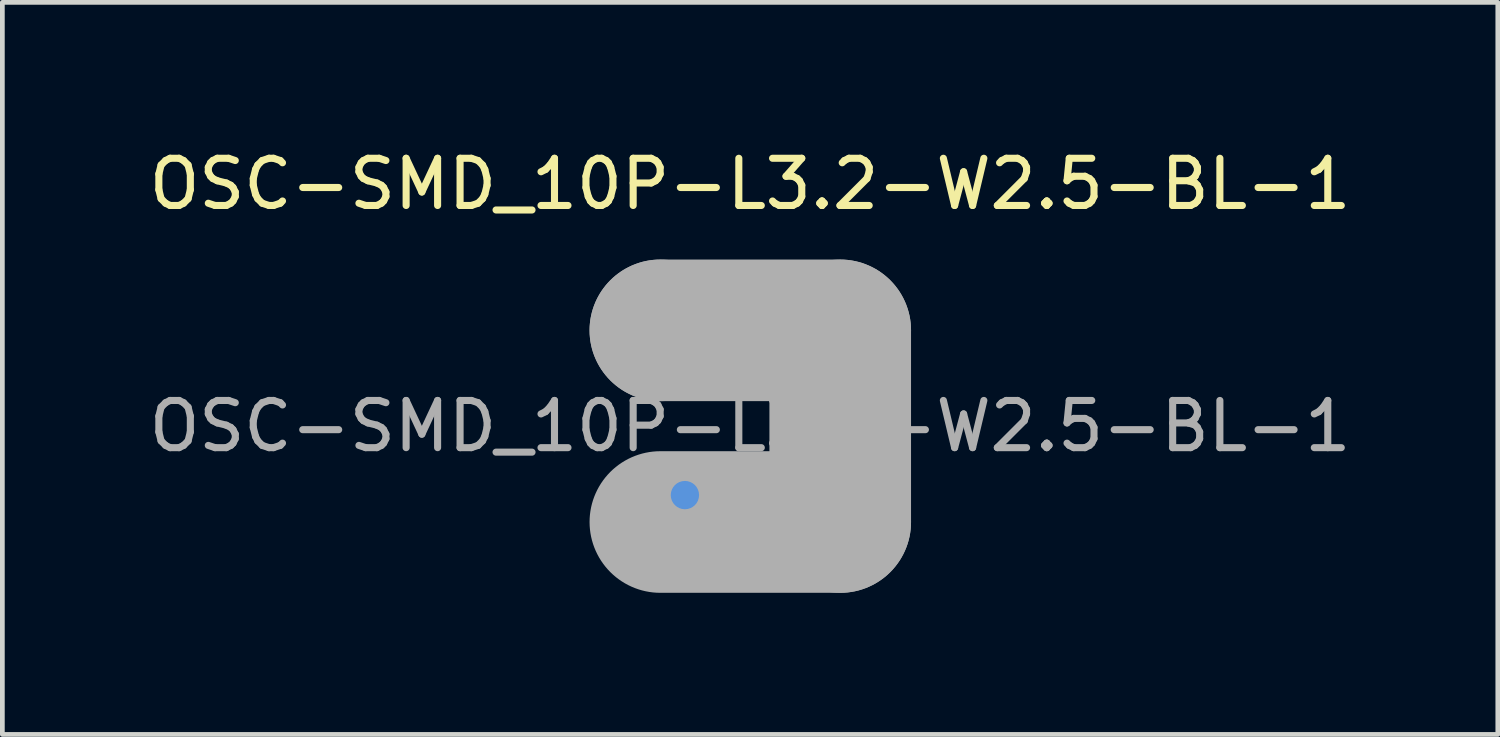
<source format=kicad_pcb>
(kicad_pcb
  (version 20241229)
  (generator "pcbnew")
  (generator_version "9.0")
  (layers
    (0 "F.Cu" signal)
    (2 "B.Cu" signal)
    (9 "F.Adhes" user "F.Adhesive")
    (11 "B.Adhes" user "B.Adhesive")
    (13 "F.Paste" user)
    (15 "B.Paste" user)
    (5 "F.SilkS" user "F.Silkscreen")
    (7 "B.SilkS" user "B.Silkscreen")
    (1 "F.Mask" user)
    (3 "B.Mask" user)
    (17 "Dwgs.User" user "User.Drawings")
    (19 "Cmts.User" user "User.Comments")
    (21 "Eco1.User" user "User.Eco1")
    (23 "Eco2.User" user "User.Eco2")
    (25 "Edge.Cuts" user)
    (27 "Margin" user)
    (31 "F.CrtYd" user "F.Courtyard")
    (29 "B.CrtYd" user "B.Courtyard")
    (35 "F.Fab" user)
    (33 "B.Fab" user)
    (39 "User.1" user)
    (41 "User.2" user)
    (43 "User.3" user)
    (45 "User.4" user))
  (footprint "OSC-SMD_10P-L3.2-W2.5-BL-1"
    (layer "F.Cu")
    (at 12.839 5.978)
    (property "Reference" "OSC-SMD_10P-L3.2-W2.5-BL-1" (at 0 -5.13 0) (layer "F.SilkS") (effects (font (size 1 1) (thickness 0.15))))
    (attr through_hole)
    (fp_circle (center -2.29 1.27) (end -2.16 1.27) (stroke (width 0.25) (type solid)) (fill no) (layer "F.SilkS"))
    (fp_circle (center -1.38 1.46) (end -1.23 1.46) (stroke (width 0.3) (type solid)) (fill no) (layer "Cmts.User"))
    (fp_line (start -1.9 -2.03) (end -1.9 -2.03) (stroke (width 3) (type solid)) (layer "F.Fab"))
    (fp_line (start -1.9 -2.03) (end 1.91 -2.03) (stroke (width 3) (type solid)) (layer "F.Fab"))
    (fp_line (start 1.91 -2.03) (end 1.91 2.03) (stroke (width 3) (type solid)) (layer "F.Fab"))
    (fp_line (start 1.91 2.03) (end -1.9 2.03) (stroke (width 3) (type solid)) (layer "F.Fab"))
    (fp_circle (center -1.6 1.25) (end -1.57 1.25) (stroke (width 0.06) (type solid)) (fill no) (layer "F.Fab"))
    (fp_text user "${REFERENCE}" (at 0 0 0) (layer "F.Fab") (effects (font (size 1 1) (thickness 0.15))))
    (pad "1" smd rect (at -1.4 1.13) (size 0.4 1) (layers "F.Cu" "F.Mask" "F.Paste"))
    (pad "2" smd rect (at -0.7 1.13) (size 0.4 1) (layers "F.Cu" "F.Mask" "F.Paste"))
    (pad "3" smd rect (at 0 1.13) (size 0.4 1) (layers "F.Cu" "F.Mask" "F.Paste"))
    (pad "4" smd rect (at 0.7 1.13) (size 0.4 1) (layers "F.Cu" "F.Mask" "F.Paste"))
    (pad "5" smd rect (at 1.4 1.13) (size 0.4 1) (layers "F.Cu" "F.Mask" "F.Paste"))
    (pad "6" smd rect (at 1.4 -1.13) (size 0.4 1) (layers "F.Cu" "F.Mask" "F.Paste"))
    (pad "7" smd rect (at 0.7 -1.13) (size 0.4 1) (layers "F.Cu" "F.Mask" "F.Paste"))
    (pad "8" smd rect (at 0 -1.13) (size 0.4 1) (layers "F.Cu" "F.Mask" "F.Paste"))
    (pad "9" smd rect (at -0.7 -1.13) (size 0.4 1) (layers "F.Cu" "F.Mask" "F.Paste"))
    (pad "10" smd rect (at -1.4 -1.13) (size 0.4 1) (layers "F.Cu" "F.Mask" "F.Paste")))
  (gr_rect
    (start -3 -3)
    (end 28.679 12.508)
    (stroke (width 0.1) (type default))
    (fill no)
    (layer "Edge.Cuts")))
</source>
